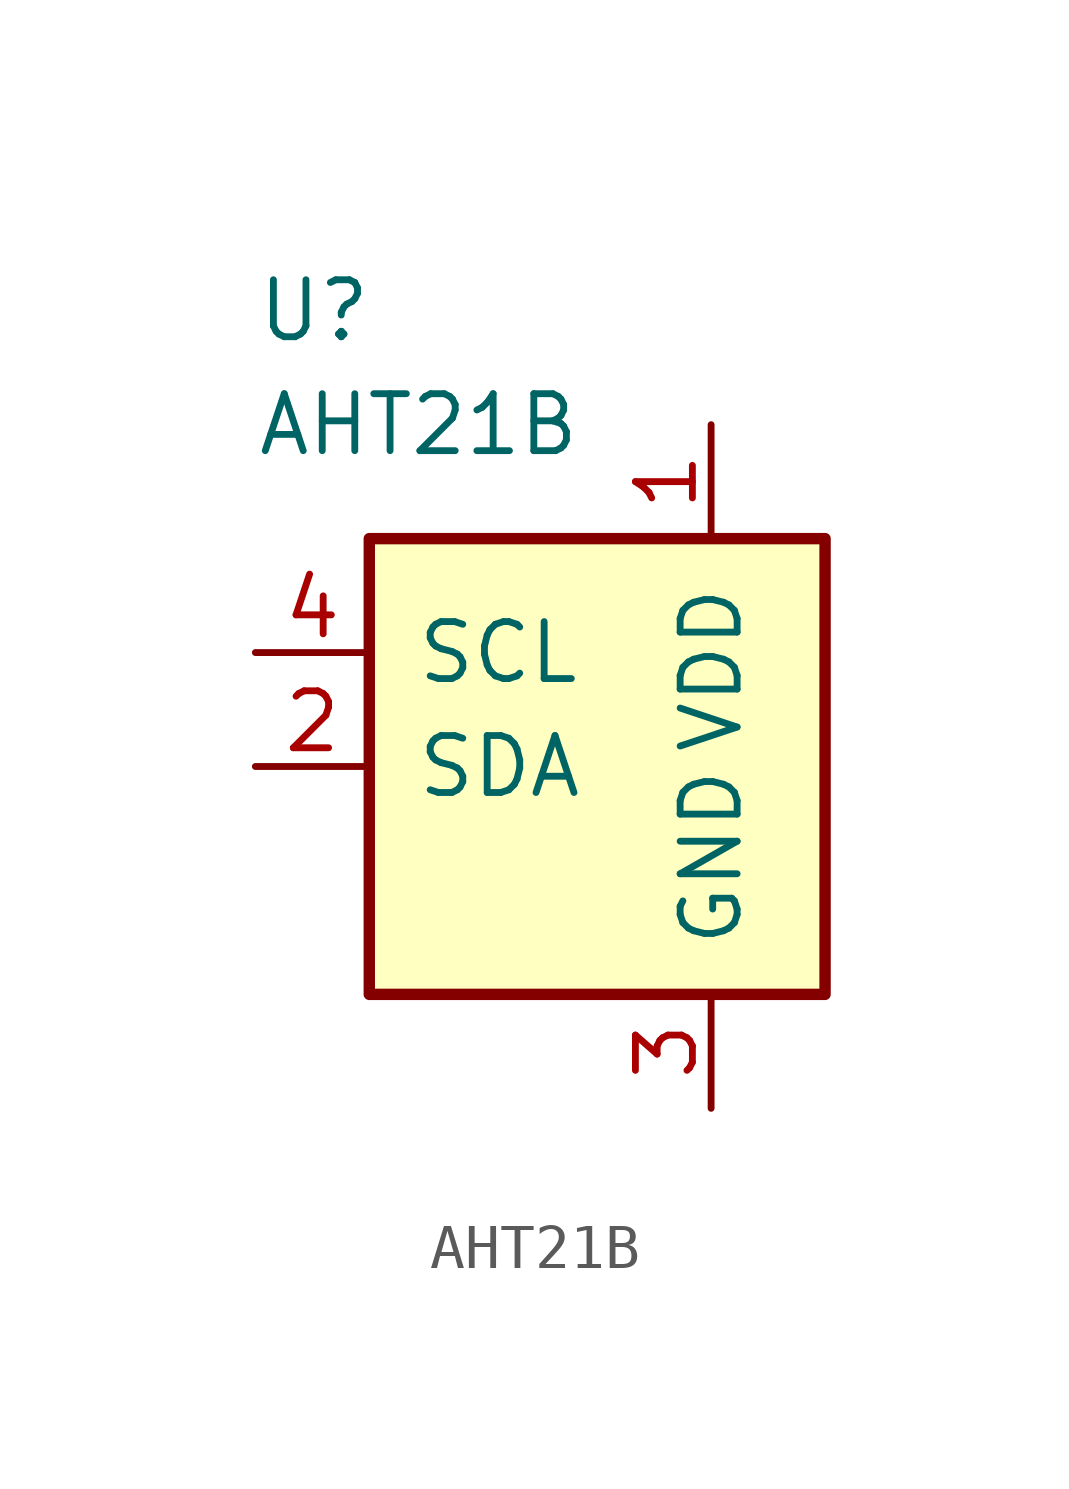
<source format=kicad_sym>
(kicad_symbol_lib
  (version 20231120)
  (generator "kicad_symbol_editor")
  (generator_version "8.0")
  (symbol "AHT21B"
    (pin_names
      (offset 1.016))
    (property "Reference" "U"
      (at -7.62 10.16 0)
      (effects (font (size 1.27 1.27)) (justify left)))
    (property "Value" "AHT21B"
      (at -7.62 7.62 0)
      (effects (font (size 1.27 1.27)) (justify left)))
    (symbol "AHT21B_0_1"
      (rectangle (start -5.08 5.08) (end 5.08 -5.08) (stroke (width 0.254) (type default)) (fill (type background))))
    (symbol "AHT21B_1_1"
      (pin power_in line (at 2.54 7.62 270) (length 2.54) (name "VDD" (effects (font (size 1.27 1.27)))) (number "1" (effects (font (size 1.27 1.27)))))
      (pin bidirectional line (at -7.62 0 0) (length 2.54) (name "SDA" (effects (font (size 1.27 1.27)))) (number "2" (effects (font (size 1.27 1.27)))))
      (pin power_in line (at 2.54 -7.62 90) (length 2.54) (name "GND" (effects (font (size 1.27 1.27)))) (number "3" (effects (font (size 1.27 1.27)))))
      (pin input line (at -7.62 2.54 0) (length 2.54) (name "SCL" (effects (font (size 1.27 1.27)))) (number "4" (effects (font (size 1.27 1.27))))))))
</source>
